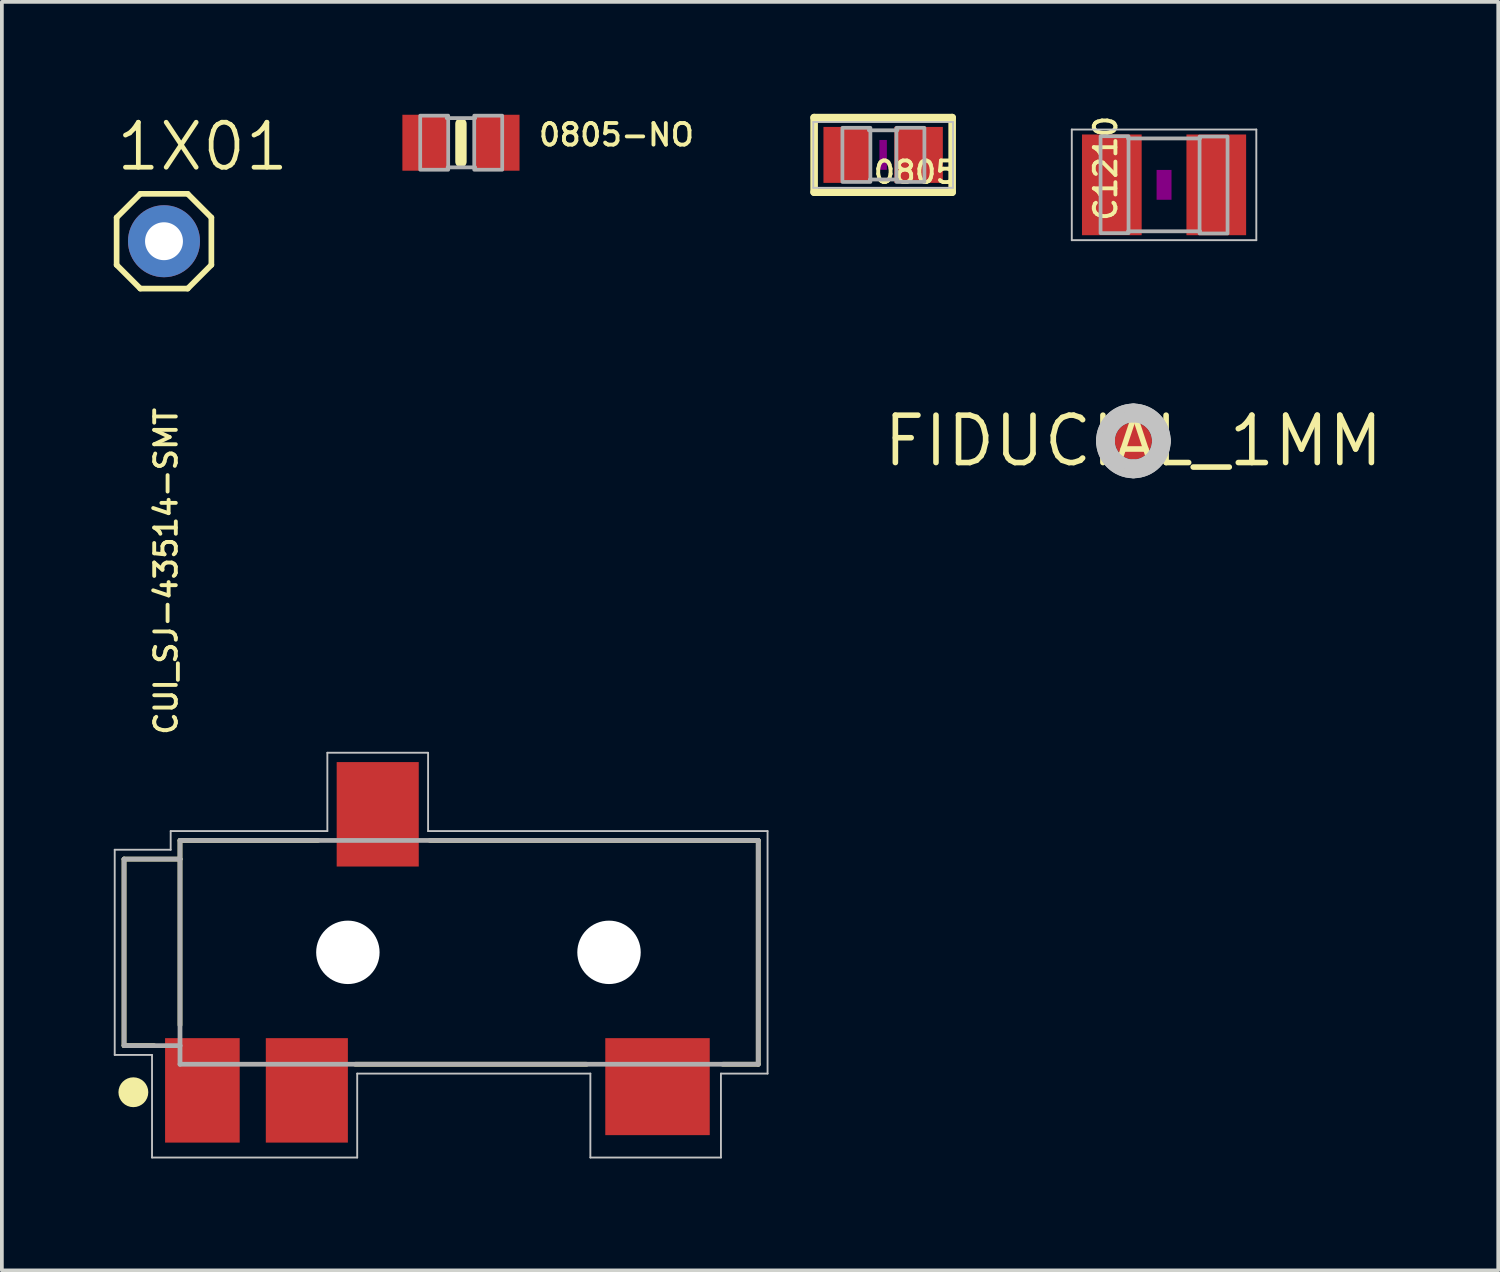
<source format=kicad_pcb>
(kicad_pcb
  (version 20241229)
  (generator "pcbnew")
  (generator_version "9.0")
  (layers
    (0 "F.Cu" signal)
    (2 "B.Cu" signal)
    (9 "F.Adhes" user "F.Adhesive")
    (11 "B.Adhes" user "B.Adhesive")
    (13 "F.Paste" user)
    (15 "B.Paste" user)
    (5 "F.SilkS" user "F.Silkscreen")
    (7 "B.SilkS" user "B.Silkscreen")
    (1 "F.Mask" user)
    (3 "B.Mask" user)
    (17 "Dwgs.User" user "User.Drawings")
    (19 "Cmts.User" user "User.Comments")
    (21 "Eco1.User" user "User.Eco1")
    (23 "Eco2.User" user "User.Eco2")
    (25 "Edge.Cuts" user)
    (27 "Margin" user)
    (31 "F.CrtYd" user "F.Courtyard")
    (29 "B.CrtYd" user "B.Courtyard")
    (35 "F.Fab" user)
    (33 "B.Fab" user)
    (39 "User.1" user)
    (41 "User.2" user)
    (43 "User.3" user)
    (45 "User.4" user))
  (footprint "0805-NO"
    (layer "F.Cu")
    (at 9.306 0.776)
    (property "Reference" "0805-NO" (at 2.032 0.127 0) (layer "F.SilkS") (effects (font (size 0.579 0.579) (thickness 0.104)) (justify left bottom)))
    (attr through_hole)
    (fp_line (start 0 -0.508) (end 0 0.508) (stroke (width 0.305) (type solid)) (layer "F.SilkS"))
    (fp_line (start -0.381 -0.66) (end 0.381 -0.66) (stroke (width 0.102) (type solid)) (layer "F.Fab"))
    (fp_line (start -0.356 0.66) (end 0.381 0.66) (stroke (width 0.102) (type solid)) (layer "F.Fab"))
    (fp_poly (pts (xy -1.092 0.724) (xy -0.342 0.724) (xy -0.342 -0.726) (xy -1.092 -0.726)) (stroke (width 0.1) (type solid)) (fill no) (layer "F.Fab"))
    (fp_poly (pts (xy 0.356 0.724) (xy 1.106 0.724) (xy 1.106 -0.726) (xy 0.356 -0.726)) (stroke (width 0.1) (type solid)) (fill no) (layer "F.Fab"))
    (pad "1" smd rect (at -0.95 0) (size 1.24 1.5) (layers "F.Cu" "F.Mask" "F.Paste"))
    (pad "2" smd rect (at 0.95 0) (size 1.24 1.5) (layers "F.Cu" "F.Mask" "F.Paste")))
  (footprint "1X01"
    (layer "F.Cu")
    (at 1.346 3.416)
    (property "Reference" "1X01" (at -1.346 -1.829 0) (layer "F.SilkS") (effects (font (size 1.206 1.206) (thickness 0.127)) (justify left bottom)))
    (attr through_hole)
    (fp_line (start -1.27 -0.635) (end -1.27 0.635) (stroke (width 0.152) (type solid)) (layer "F.SilkS"))
    (fp_line (start -1.27 0.635) (end -0.635 1.27) (stroke (width 0.152) (type solid)) (layer "F.SilkS"))
    (fp_line (start -0.635 -1.27) (end -1.27 -0.635) (stroke (width 0.152) (type solid)) (layer "F.SilkS"))
    (fp_line (start -0.635 -1.27) (end 0.635 -1.27) (stroke (width 0.152) (type solid)) (layer "F.SilkS"))
    (fp_line (start 0.635 -1.27) (end 1.27 -0.635) (stroke (width 0.152) (type solid)) (layer "F.SilkS"))
    (fp_line (start 0.635 1.27) (end -0.635 1.27) (stroke (width 0.152) (type solid)) (layer "F.SilkS"))
    (fp_line (start 1.27 -0.635) (end 1.27 0.635) (stroke (width 0.152) (type solid)) (layer "F.SilkS"))
    (fp_line (start 1.27 0.635) (end 0.635 1.27) (stroke (width 0.152) (type solid)) (layer "F.SilkS"))
    (fp_poly (pts (xy -0.254 0.254) (xy 0.254 0.254) (xy 0.254 -0.254) (xy -0.254 -0.254)) (stroke (width 0.1) (type solid)) (fill no) (layer "F.Fab"))
    (pad "1" thru_hole circle (at 0 0) (size 1.93 1.93) (drill 1.016) (layers "*.Cu" "*.Mask")))
  (footprint "C1210"
    (layer "F.Cu")
    (at 28.153 1.905)
    (property "Reference" "C1210" (at -1.905 -1.905 90) (layer "F.SilkS") (effects (font (size 0.579 0.579) (thickness 0.104)) (justify right top)))
    (attr through_hole)
    (fp_poly (pts (xy -0.2 0.4) (xy 0.2 0.4) (xy 0.2 -0.4) (xy -0.2 -0.4)) (stroke (width 0) (type solid)) (fill yes) (layer "F.Adhes"))
    (fp_line (start -2.473 -1.483) (end 2.473 -1.483) (stroke (width 0.051) (type solid)) (layer "Dwgs.User"))
    (fp_line (start -2.473 1.483) (end -2.473 -1.483) (stroke (width 0.051) (type solid)) (layer "Dwgs.User"))
    (fp_line (start 2.473 -1.483) (end 2.473 1.483) (stroke (width 0.051) (type solid)) (layer "Dwgs.User"))
    (fp_line (start 2.473 1.483) (end -2.473 1.483) (stroke (width 0.051) (type solid)) (layer "Dwgs.User"))
    (fp_line (start -0.965 -1.245) (end 0.965 -1.245) (stroke (width 0.102) (type solid)) (layer "F.Fab"))
    (fp_line (start -0.965 1.245) (end 0.965 1.245) (stroke (width 0.102) (type solid)) (layer "F.Fab"))
    (fp_poly (pts (xy -1.702 1.295) (xy -0.952 1.295) (xy -0.952 -1.304) (xy -1.702 -1.304)) (stroke (width 0.1) (type solid)) (fill no) (layer "F.Fab"))
    (fp_poly (pts (xy 0.952 1.304) (xy 1.702 1.304) (xy 1.702 -1.295) (xy 0.952 -1.295)) (stroke (width 0.1) (type solid)) (fill no) (layer "F.Fab"))
    (pad "1" smd rect (at -1.4 0) (size 1.6 2.7) (layers "F.Cu" "F.Mask" "F.Paste"))
    (pad "2" smd rect (at 1.4 0) (size 1.6 2.7) (layers "F.Cu" "F.Mask" "F.Paste")))
  (footprint "FIDUCIAL_1MM"
    (layer "F.Cu")
    (at 27.331 8.769)
    (property "Reference" "FIDUCIAL_1MM" (at 0 0 0) (layer "F.SilkS") (effects (font (size 1.27 1.27) (thickness 0.15))))
    (attr through_hole)
    (fp_arc (start -0.75 0) (mid -0.53033 -0.53033) (end 0 -0.75) (stroke (width 0.5) (type solid)) (layer "F.Mask"))
    (fp_arc (start 0 -0.75) (mid 0.53033 -0.53033) (end 0.75 0) (stroke (width 0.5) (type solid)) (layer "F.Mask"))
    (fp_arc (start 0 0.75) (mid -0.53033 0.53033) (end -0.75 0) (stroke (width 0.5) (type solid)) (layer "F.Mask"))
    (fp_arc (start 0.75 0) (mid 0.53033 0.53033) (end 0 0.75) (stroke (width 0.5) (type solid)) (layer "F.Mask"))
    (fp_arc (start -0.75 0) (mid -0.53033 -0.53033) (end 0 -0.75) (stroke (width 0.5) (type solid)) (layer "Dwgs.User"))
    (fp_arc (start -0.75 0) (mid -0.53033 -0.53033) (end 0 -0.75) (stroke (width 0.5) (type solid)) (layer "Dwgs.User"))
    (fp_arc (start 0 -0.75) (mid 0.53033 -0.53033) (end 0.75 0) (stroke (width 0.5) (type solid)) (layer "Dwgs.User"))
    (fp_arc (start 0 -0.75) (mid 0.53033 -0.53033) (end 0.75 0) (stroke (width 0.5) (type solid)) (layer "Dwgs.User"))
    (fp_arc (start 0 0.75) (mid -0.53033 0.53033) (end -0.75 0) (stroke (width 0.5) (type solid)) (layer "Dwgs.User"))
    (fp_arc (start 0 0.75) (mid -0.53033 0.53033) (end -0.75 0) (stroke (width 0.5) (type solid)) (layer "Dwgs.User"))
    (fp_arc (start 0.75 0) (mid 0.53033 0.53033) (end 0 0.75) (stroke (width 0.5) (type solid)) (layer "Dwgs.User"))
    (fp_arc (start 0.75 0) (mid 0.53033 0.53033) (end 0 0.75) (stroke (width 0.5) (type solid)) (layer "Dwgs.User"))
    (pad "1" smd roundrect (at 0 0) (size 1 1) (layers "F.Cu" "F.Mask") (roundrect_rratio 0.5)))
  (footprint "0805"
    (layer "F.Cu")
    (at 20.623 1.102)
    (property "Reference" "0805" (at 2.032 0.127 0) (layer "F.SilkS") (effects (font (size 0.579 0.579) (thickness 0.104)) (justify right top)))
    (attr through_hole)
    (fp_line (start -1.85 -1) (end 1.85 -1) (stroke (width 0.203) (type solid)) (layer "F.SilkS"))
    (fp_line (start -1.85 1) (end -1.85 -1) (stroke (width 0.203) (type solid)) (layer "F.SilkS"))
    (fp_line (start 1.85 -1) (end 1.85 1) (stroke (width 0.203) (type solid)) (layer "F.SilkS"))
    (fp_line (start 1.85 1) (end -1.85 1) (stroke (width 0.203) (type solid)) (layer "F.SilkS"))
    (fp_poly (pts (xy -0.1 0.4) (xy 0.1 0.4) (xy 0.1 -0.4) (xy -0.1 -0.4)) (stroke (width 0) (type solid)) (fill yes) (layer "F.Adhes"))
    (fp_line (start -1.873 -0.883) (end 1.873 -0.883) (stroke (width 0.051) (type solid)) (layer "Dwgs.User"))
    (fp_line (start -1.873 0.883) (end -1.873 -0.883) (stroke (width 0.051) (type solid)) (layer "Dwgs.User"))
    (fp_line (start 1.873 -0.883) (end 1.873 0.883) (stroke (width 0.051) (type solid)) (layer "Dwgs.User"))
    (fp_line (start 1.873 0.883) (end -1.873 0.883) (stroke (width 0.051) (type solid)) (layer "Dwgs.User"))
    (fp_line (start -0.381 -0.66) (end 0.381 -0.66) (stroke (width 0.102) (type solid)) (layer "F.Fab"))
    (fp_line (start -0.356 0.66) (end 0.381 0.66) (stroke (width 0.102) (type solid)) (layer "F.Fab"))
    (fp_poly (pts (xy -1.092 0.724) (xy -0.342 0.724) (xy -0.342 -0.726) (xy -1.092 -0.726)) (stroke (width 0.1) (type solid)) (fill no) (layer "F.Fab"))
    (fp_poly (pts (xy 0.356 0.724) (xy 1.106 0.724) (xy 1.106 -0.726) (xy 0.356 -0.726)) (stroke (width 0.1) (type solid)) (fill no) (layer "F.Fab"))
    (pad "1" smd rect (at -0.95 0) (size 1.3 1.5) (layers "F.Cu" "F.Mask" "F.Paste"))
    (pad "2" smd rect (at 0.95 0) (size 1.3 1.5) (layers "F.Cu" "F.Mask" "F.Paste")))
  (footprint "CUI_SJ-43514-SMT"
    (layer "F.Cu")
    (at 9.525 22.478)
    (property "Reference" "CUI_SJ-43514-SMT" (at -7.786 -5.776 270) (layer "F.SilkS") (effects (font (size 0.579 0.579) (thickness 0.104)) (justify left bottom)))
    (attr through_hole)
    (fp_line (start -9.25 -2.5) (end -9.25 2.5) (stroke (width 0.127) (type solid)) (layer "F.SilkS"))
    (fp_line (start -9.25 2.5) (end -8.45 2.5) (stroke (width 0.127) (type solid)) (layer "F.SilkS"))
    (fp_line (start -7.75 -3) (end -7.75 -2.5) (stroke (width 0.127) (type solid)) (layer "F.SilkS"))
    (fp_line (start -7.75 -2.5) (end -9.25 -2.5) (stroke (width 0.127) (type solid)) (layer "F.SilkS"))
    (fp_line (start -7.75 -2.5) (end -7.75 1.95) (stroke (width 0.127) (type solid)) (layer "F.SilkS"))
    (fp_line (start -4.05 -3) (end -7.75 -3) (stroke (width 0.127) (type solid)) (layer "F.SilkS"))
    (fp_line (start -3.05 3) (end 3.15 3) (stroke (width 0.127) (type solid)) (layer "F.SilkS"))
    (fp_line (start 6.8 3) (end 7.75 3) (stroke (width 0.127) (type solid)) (layer "F.SilkS"))
    (fp_line (start 7.75 -3) (end -1.05 -3) (stroke (width 0.127) (type solid)) (layer "F.SilkS"))
    (fp_line (start 7.75 -3) (end 7.75 3) (stroke (width 0.127) (type solid)) (layer "F.SilkS"))
    (fp_circle (center -9 3.75) (end -8.8 3.75) (stroke (width 0.4) (type solid)) (fill no) (layer "F.SilkS"))
    (fp_line (start -9.5 -2.75) (end -8 -2.75) (stroke (width 0.05) (type solid)) (layer "Dwgs.User"))
    (fp_line (start -9.5 2.75) (end -9.5 -2.75) (stroke (width 0.05) (type solid)) (layer "Dwgs.User"))
    (fp_line (start -8.5 2.75) (end -9.5 2.75) (stroke (width 0.05) (type solid)) (layer "Dwgs.User"))
    (fp_line (start -8.5 5.5) (end -8.5 2.75) (stroke (width 0.05) (type solid)) (layer "Dwgs.User"))
    (fp_line (start -8 -3.25) (end -3.8 -3.25) (stroke (width 0.05) (type solid)) (layer "Dwgs.User"))
    (fp_line (start -8 -2.75) (end -8 -3.25) (stroke (width 0.05) (type solid)) (layer "Dwgs.User"))
    (fp_line (start -3.8 -5.35) (end -1.1 -5.35) (stroke (width 0.05) (type solid)) (layer "Dwgs.User"))
    (fp_line (start -3.8 -3.25) (end -3.8 -5.35) (stroke (width 0.05) (type solid)) (layer "Dwgs.User"))
    (fp_line (start -3 3.25) (end -3 5.5) (stroke (width 0.05) (type solid)) (layer "Dwgs.User"))
    (fp_line (start -3 5.5) (end -8.5 5.5) (stroke (width 0.05) (type solid)) (layer "Dwgs.User"))
    (fp_line (start -1.1 -5.35) (end -1.1 -3.25) (stroke (width 0.05) (type solid)) (layer "Dwgs.User"))
    (fp_line (start -1.1 -3.25) (end 8 -3.25) (stroke (width 0.05) (type solid)) (layer "Dwgs.User"))
    (fp_line (start 3.25 3.25) (end -3 3.25) (stroke (width 0.05) (type solid)) (layer "Dwgs.User"))
    (fp_line (start 3.25 5.5) (end 3.25 3.25) (stroke (width 0.05) (type solid)) (layer "Dwgs.User"))
    (fp_line (start 6.75 3.25) (end 6.75 5.5) (stroke (width 0.05) (type solid)) (layer "Dwgs.User"))
    (fp_line (start 6.75 5.5) (end 3.25 5.5) (stroke (width 0.05) (type solid)) (layer "Dwgs.User"))
    (fp_line (start 8 -3.25) (end 8 3.25) (stroke (width 0.05) (type solid)) (layer "Dwgs.User"))
    (fp_line (start 8 3.25) (end 6.75 3.25) (stroke (width 0.05) (type solid)) (layer "Dwgs.User"))
    (fp_line (start -9.25 -2.5) (end -9.25 2.5) (stroke (width 0.127) (type solid)) (layer "F.Fab"))
    (fp_line (start -9.25 2.5) (end -7.75 2.5) (stroke (width 0.127) (type solid)) (layer "F.Fab"))
    (fp_line (start -7.75 -3) (end -7.75 -2.5) (stroke (width 0.127) (type solid)) (layer "F.Fab"))
    (fp_line (start -7.75 -2.5) (end -9.25 -2.5) (stroke (width 0.127) (type solid)) (layer "F.Fab"))
    (fp_line (start -7.75 -2.5) (end -7.75 2.5) (stroke (width 0.127) (type solid)) (layer "F.Fab"))
    (fp_line (start -7.75 2.5) (end -7.75 3) (stroke (width 0.127) (type solid)) (layer "F.Fab"))
    (fp_line (start -7.75 3) (end 7.75 3) (stroke (width 0.127) (type solid)) (layer "F.Fab"))
    (fp_line (start 7.75 -3) (end -7.75 -3) (stroke (width 0.127) (type solid)) (layer "F.Fab"))
    (fp_line (start 7.75 3) (end 7.75 -3) (stroke (width 0.127) (type solid)) (layer "F.Fab"))
    (pad "" np_thru_hole circle (at -3.25 0) (size 1.7 1.7) (drill 1.7) (layers "*.Cu" "*.Mask"))
    (pad "" np_thru_hole circle (at 3.75 0) (size 1.7 1.7) (drill 1.7) (layers "*.Cu" "*.Mask"))
    (pad "1" smd rect (at -7.15 3.7 180) (size 2 2.8) (layers "F.Cu" "F.Mask" "F.Paste"))
    (pad "2" smd rect (at 5.05 3.6 180) (size 2.8 2.6) (layers "F.Cu" "F.Mask" "F.Paste"))
    (pad "3" smd rect (at -2.45 -3.7 180) (size 2.2 2.8) (layers "F.Cu" "F.Mask" "F.Paste"))
    (pad "4" smd rect (at -4.35 3.7 180) (size 2.2 2.8) (layers "F.Cu" "F.Mask" "F.Paste")))
  (gr_rect
    (start -3 -3)
    (end 37.111 31.003)
    (stroke (width 0.1) (type default))
    (fill no)
    (layer "Edge.Cuts")))
</source>
